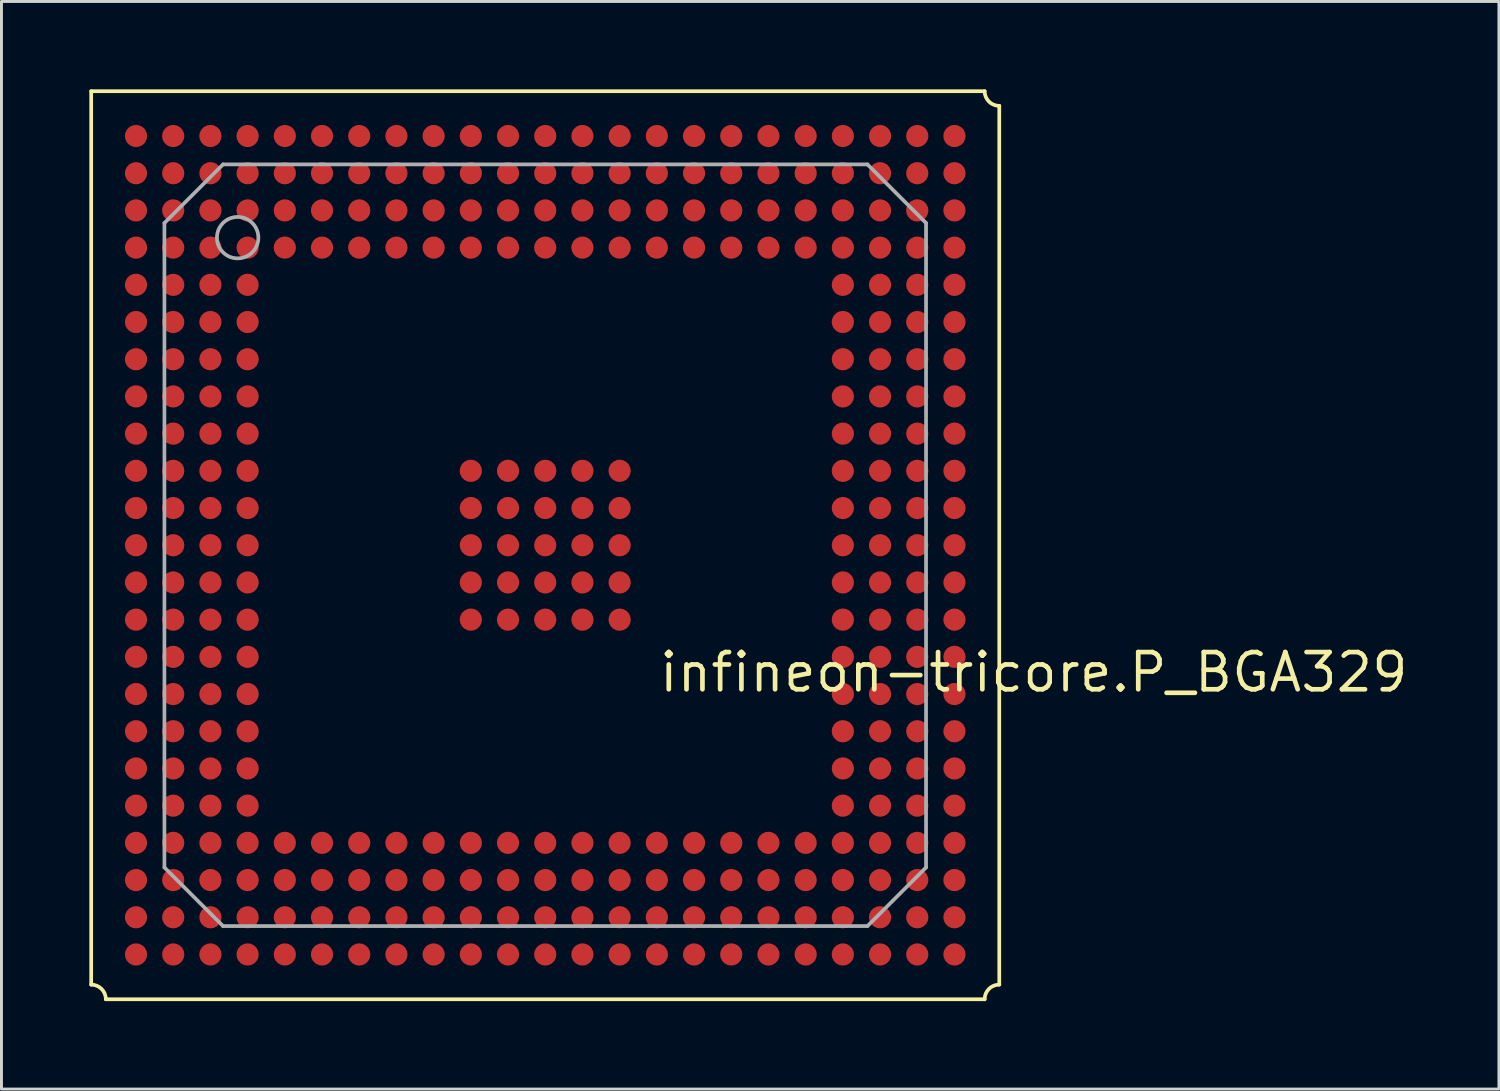
<source format=kicad_pcb>
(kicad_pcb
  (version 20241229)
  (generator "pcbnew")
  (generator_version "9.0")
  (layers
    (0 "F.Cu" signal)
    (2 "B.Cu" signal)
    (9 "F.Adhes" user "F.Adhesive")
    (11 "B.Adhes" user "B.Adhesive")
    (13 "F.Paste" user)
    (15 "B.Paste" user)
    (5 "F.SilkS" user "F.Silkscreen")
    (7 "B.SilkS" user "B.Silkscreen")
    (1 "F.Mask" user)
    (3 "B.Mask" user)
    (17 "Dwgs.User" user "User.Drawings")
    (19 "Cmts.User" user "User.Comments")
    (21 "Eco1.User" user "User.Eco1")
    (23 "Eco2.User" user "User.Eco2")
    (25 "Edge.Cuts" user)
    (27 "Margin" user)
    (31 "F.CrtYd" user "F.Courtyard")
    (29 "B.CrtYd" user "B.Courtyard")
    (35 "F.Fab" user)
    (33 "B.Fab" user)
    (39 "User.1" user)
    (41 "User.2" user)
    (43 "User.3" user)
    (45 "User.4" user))
  (footprint "infineon-tricore.P_BGA329"
    (layer "F.Cu")
    (at 15.563 15.563)
    (property "Reference" "infineon-tricore.P_BGA329" (at 3.81 5.08 180) (layer "F.SilkS") (effects (font (size 1.27 1.27) (thickness 0.16)) (justify left bottom)))
    (attr smd)
    (fp_line (start -15.5 -15.5) (end -15.5 15) (stroke (width 0.127) (type default)) (layer "F.SilkS"))
    (fp_line (start -15 15.5) (end 15 15.5) (stroke (width 0.127) (type default)) (layer "F.SilkS"))
    (fp_line (start 15 -15.5) (end -15.5 -15.5) (stroke (width 0.127) (type default)) (layer "F.SilkS"))
    (fp_line (start 15.5 15) (end 15.5 -15) (stroke (width 0.127) (type default)) (layer "F.SilkS"))
    (fp_arc (start -15.5 15) (mid -15.146447 15.146447) (end -15 15.5) (stroke (width 0.127) (type default)) (layer "F.SilkS"))
    (fp_arc (start 15 15.5) (mid 15.146447 15.146447) (end 15.5 15) (stroke (width 0.127) (type default)) (layer "F.SilkS"))
    (fp_arc (start 15.5 -15) (mid 15.146447 -15.146447) (end 15 -15.5) (stroke (width 0.127) (type default)) (layer "F.SilkS"))
    (fp_line (start -13 -11) (end -11 -13) (stroke (width 0.127) (type default)) (layer "F.Fab"))
    (fp_line (start -13 11) (end -13 -11) (stroke (width 0.127) (type default)) (layer "F.Fab"))
    (fp_line (start -11 -13) (end 11 -13) (stroke (width 0.127) (type default)) (layer "F.Fab"))
    (fp_line (start -11 13) (end -13 11) (stroke (width 0.127) (type default)) (layer "F.Fab"))
    (fp_line (start 11 -13) (end 13 -11) (stroke (width 0.127) (type default)) (layer "F.Fab"))
    (fp_line (start 11 13) (end -11 13) (stroke (width 0.127) (type default)) (layer "F.Fab"))
    (fp_line (start 13 -11) (end 13 11) (stroke (width 0.127) (type default)) (layer "F.Fab"))
    (fp_line (start 13 11) (end 11 13) (stroke (width 0.127) (type default)) (layer "F.Fab"))
    (fp_circle (center -10.5 -10.5) (end -9.793 -10.5) (stroke (width 0.127) (type default)) (fill no) (layer "F.Fab"))
    (pad "A1" smd roundrect (at -13.97 -13.97 180) (size 0.76 0.76) (layers "F.Cu" "F.Mask" "F.Paste") (roundrect_rratio 0.5))
    (pad "A2" smd roundrect (at -12.7 -13.97 180) (size 0.76 0.76) (layers "F.Cu" "F.Mask" "F.Paste") (roundrect_rratio 0.5))
    (pad "A3" smd roundrect (at -11.43 -13.97 180) (size 0.76 0.76) (layers "F.Cu" "F.Mask" "F.Paste") (roundrect_rratio 0.5))
    (pad "A4" smd roundrect (at -10.16 -13.97 180) (size 0.76 0.76) (layers "F.Cu" "F.Mask" "F.Paste") (roundrect_rratio 0.5))
    (pad "A5" smd roundrect (at -8.89 -13.97 180) (size 0.76 0.76) (layers "F.Cu" "F.Mask" "F.Paste") (roundrect_rratio 0.5))
    (pad "A6" smd roundrect (at -7.62 -13.97 180) (size 0.76 0.76) (layers "F.Cu" "F.Mask" "F.Paste") (roundrect_rratio 0.5))
    (pad "A7" smd roundrect (at -6.35 -13.97 180) (size 0.76 0.76) (layers "F.Cu" "F.Mask" "F.Paste") (roundrect_rratio 0.5))
    (pad "A8" smd roundrect (at -5.08 -13.97 180) (size 0.76 0.76) (layers "F.Cu" "F.Mask" "F.Paste") (roundrect_rratio 0.5))
    (pad "A9" smd roundrect (at -3.81 -13.97 180) (size 0.76 0.76) (layers "F.Cu" "F.Mask" "F.Paste") (roundrect_rratio 0.5))
    (pad "A10" smd roundrect (at -2.54 -13.97 180) (size 0.76 0.76) (layers "F.Cu" "F.Mask" "F.Paste") (roundrect_rratio 0.5))
    (pad "A11" smd roundrect (at -1.27 -13.97 180) (size 0.76 0.76) (layers "F.Cu" "F.Mask" "F.Paste") (roundrect_rratio 0.5))
    (pad "A12" smd roundrect (at 0 -13.97 180) (size 0.76 0.76) (layers "F.Cu" "F.Mask" "F.Paste") (roundrect_rratio 0.5))
    (pad "A13" smd roundrect (at 1.27 -13.97 180) (size 0.76 0.76) (layers "F.Cu" "F.Mask" "F.Paste") (roundrect_rratio 0.5))
    (pad "A14" smd roundrect (at 2.54 -13.97 180) (size 0.76 0.76) (layers "F.Cu" "F.Mask" "F.Paste") (roundrect_rratio 0.5))
    (pad "A15" smd roundrect (at 3.81 -13.97 180) (size 0.76 0.76) (layers "F.Cu" "F.Mask" "F.Paste") (roundrect_rratio 0.5))
    (pad "A16" smd roundrect (at 5.08 -13.97 180) (size 0.76 0.76) (layers "F.Cu" "F.Mask" "F.Paste") (roundrect_rratio 0.5))
    (pad "A17" smd roundrect (at 6.35 -13.97 180) (size 0.76 0.76) (layers "F.Cu" "F.Mask" "F.Paste") (roundrect_rratio 0.5))
    (pad "A18" smd roundrect (at 7.62 -13.97 180) (size 0.76 0.76) (layers "F.Cu" "F.Mask" "F.Paste") (roundrect_rratio 0.5))
    (pad "A19" smd roundrect (at 8.89 -13.97 180) (size 0.76 0.76) (layers "F.Cu" "F.Mask" "F.Paste") (roundrect_rratio 0.5))
    (pad "A20" smd roundrect (at 10.16 -13.97 180) (size 0.76 0.76) (layers "F.Cu" "F.Mask" "F.Paste") (roundrect_rratio 0.5))
    (pad "A21" smd roundrect (at 11.43 -13.97 180) (size 0.76 0.76) (layers "F.Cu" "F.Mask" "F.Paste") (roundrect_rratio 0.5))
    (pad "A22" smd roundrect (at 12.7 -13.97 180) (size 0.76 0.76) (layers "F.Cu" "F.Mask" "F.Paste") (roundrect_rratio 0.5))
    (pad "A23" smd roundrect (at 13.97 -13.97 180) (size 0.76 0.76) (layers "F.Cu" "F.Mask" "F.Paste") (roundrect_rratio 0.5))
    (pad "AA1" smd roundrect (at -13.97 11.43 180) (size 0.76 0.76) (layers "F.Cu" "F.Mask" "F.Paste") (roundrect_rratio 0.5))
    (pad "AA2" smd roundrect (at -12.7 11.43 180) (size 0.76 0.76) (layers "F.Cu" "F.Mask" "F.Paste") (roundrect_rratio 0.5))
    (pad "AA3" smd roundrect (at -11.43 11.43 180) (size 0.76 0.76) (layers "F.Cu" "F.Mask" "F.Paste") (roundrect_rratio 0.5))
    (pad "AA4" smd roundrect (at -10.16 11.43 180) (size 0.76 0.76) (layers "F.Cu" "F.Mask" "F.Paste") (roundrect_rratio 0.5))
    (pad "AA5" smd roundrect (at -8.89 11.43 180) (size 0.76 0.76) (layers "F.Cu" "F.Mask" "F.Paste") (roundrect_rratio 0.5))
    (pad "AA6" smd roundrect (at -7.62 11.43 180) (size 0.76 0.76) (layers "F.Cu" "F.Mask" "F.Paste") (roundrect_rratio 0.5))
    (pad "AA7" smd roundrect (at -6.35 11.43 180) (size 0.76 0.76) (layers "F.Cu" "F.Mask" "F.Paste") (roundrect_rratio 0.5))
    (pad "AA8" smd roundrect (at -5.08 11.43 180) (size 0.76 0.76) (layers "F.Cu" "F.Mask" "F.Paste") (roundrect_rratio 0.5))
    (pad "AA9" smd roundrect (at -3.81 11.43 180) (size 0.76 0.76) (layers "F.Cu" "F.Mask" "F.Paste") (roundrect_rratio 0.5))
    (pad "AA10" smd roundrect (at -2.54 11.43 180) (size 0.76 0.76) (layers "F.Cu" "F.Mask" "F.Paste") (roundrect_rratio 0.5))
    (pad "AA11" smd roundrect (at -1.27 11.43 180) (size 0.76 0.76) (layers "F.Cu" "F.Mask" "F.Paste") (roundrect_rratio 0.5))
    (pad "AA12" smd roundrect (at 0 11.43 180) (size 0.76 0.76) (layers "F.Cu" "F.Mask" "F.Paste") (roundrect_rratio 0.5))
    (pad "AA13" smd roundrect (at 1.27 11.43 180) (size 0.76 0.76) (layers "F.Cu" "F.Mask" "F.Paste") (roundrect_rratio 0.5))
    (pad "AA14" smd roundrect (at 2.54 11.43 180) (size 0.76 0.76) (layers "F.Cu" "F.Mask" "F.Paste") (roundrect_rratio 0.5))
    (pad "AA15" smd roundrect (at 3.81 11.43 180) (size 0.76 0.76) (layers "F.Cu" "F.Mask" "F.Paste") (roundrect_rratio 0.5))
    (pad "AA16" smd roundrect (at 5.08 11.43 180) (size 0.76 0.76) (layers "F.Cu" "F.Mask" "F.Paste") (roundrect_rratio 0.5))
    (pad "AA17" smd roundrect (at 6.35 11.43 180) (size 0.76 0.76) (layers "F.Cu" "F.Mask" "F.Paste") (roundrect_rratio 0.5))
    (pad "AA18" smd roundrect (at 7.62 11.43 180) (size 0.76 0.76) (layers "F.Cu" "F.Mask" "F.Paste") (roundrect_rratio 0.5))
    (pad "AA19" smd roundrect (at 8.89 11.43 180) (size 0.76 0.76) (layers "F.Cu" "F.Mask" "F.Paste") (roundrect_rratio 0.5))
    (pad "AA20" smd roundrect (at 10.16 11.43 180) (size 0.76 0.76) (layers "F.Cu" "F.Mask" "F.Paste") (roundrect_rratio 0.5))
    (pad "AA21" smd roundrect (at 11.43 11.43 180) (size 0.76 0.76) (layers "F.Cu" "F.Mask" "F.Paste") (roundrect_rratio 0.5))
    (pad "AA22" smd roundrect (at 12.7 11.43 180) (size 0.76 0.76) (layers "F.Cu" "F.Mask" "F.Paste") (roundrect_rratio 0.5))
    (pad "AA23" smd roundrect (at 13.97 11.43 180) (size 0.76 0.76) (layers "F.Cu" "F.Mask" "F.Paste") (roundrect_rratio 0.5))
    (pad "AB1" smd roundrect (at -13.97 12.7 180) (size 0.76 0.76) (layers "F.Cu" "F.Mask" "F.Paste") (roundrect_rratio 0.5))
    (pad "AB2" smd roundrect (at -12.7 12.7 180) (size 0.76 0.76) (layers "F.Cu" "F.Mask" "F.Paste") (roundrect_rratio 0.5))
    (pad "AB3" smd roundrect (at -11.43 12.7 180) (size 0.76 0.76) (layers "F.Cu" "F.Mask" "F.Paste") (roundrect_rratio 0.5))
    (pad "AB4" smd roundrect (at -10.16 12.7 180) (size 0.76 0.76) (layers "F.Cu" "F.Mask" "F.Paste") (roundrect_rratio 0.5))
    (pad "AB5" smd roundrect (at -8.89 12.7 180) (size 0.76 0.76) (layers "F.Cu" "F.Mask" "F.Paste") (roundrect_rratio 0.5))
    (pad "AB6" smd roundrect (at -7.62 12.7 180) (size 0.76 0.76) (layers "F.Cu" "F.Mask" "F.Paste") (roundrect_rratio 0.5))
    (pad "AB7" smd roundrect (at -6.35 12.7 180) (size 0.76 0.76) (layers "F.Cu" "F.Mask" "F.Paste") (roundrect_rratio 0.5))
    (pad "AB8" smd roundrect (at -5.08 12.7 180) (size 0.76 0.76) (layers "F.Cu" "F.Mask" "F.Paste") (roundrect_rratio 0.5))
    (pad "AB9" smd roundrect (at -3.81 12.7 180) (size 0.76 0.76) (layers "F.Cu" "F.Mask" "F.Paste") (roundrect_rratio 0.5))
    (pad "AB10" smd roundrect (at -2.54 12.7 180) (size 0.76 0.76) (layers "F.Cu" "F.Mask" "F.Paste") (roundrect_rratio 0.5))
    (pad "AB11" smd roundrect (at -1.27 12.7 180) (size 0.76 0.76) (layers "F.Cu" "F.Mask" "F.Paste") (roundrect_rratio 0.5))
    (pad "AB12" smd roundrect (at 0 12.7 180) (size 0.76 0.76) (layers "F.Cu" "F.Mask" "F.Paste") (roundrect_rratio 0.5))
    (pad "AB13" smd roundrect (at 1.27 12.7 180) (size 0.76 0.76) (layers "F.Cu" "F.Mask" "F.Paste") (roundrect_rratio 0.5))
    (pad "AB14" smd roundrect (at 2.54 12.7 180) (size 0.76 0.76) (layers "F.Cu" "F.Mask" "F.Paste") (roundrect_rratio 0.5))
    (pad "AB15" smd roundrect (at 3.81 12.7 180) (size 0.76 0.76) (layers "F.Cu" "F.Mask" "F.Paste") (roundrect_rratio 0.5))
    (pad "AB16" smd roundrect (at 5.08 12.7 180) (size 0.76 0.76) (layers "F.Cu" "F.Mask" "F.Paste") (roundrect_rratio 0.5))
    (pad "AB17" smd roundrect (at 6.35 12.7 180) (size 0.76 0.76) (layers "F.Cu" "F.Mask" "F.Paste") (roundrect_rratio 0.5))
    (pad "AB18" smd roundrect (at 7.62 12.7 180) (size 0.76 0.76) (layers "F.Cu" "F.Mask" "F.Paste") (roundrect_rratio 0.5))
    (pad "AB19" smd roundrect (at 8.89 12.7 180) (size 0.76 0.76) (layers "F.Cu" "F.Mask" "F.Paste") (roundrect_rratio 0.5))
    (pad "AB20" smd roundrect (at 10.16 12.7 180) (size 0.76 0.76) (layers "F.Cu" "F.Mask" "F.Paste") (roundrect_rratio 0.5))
    (pad "AB21" smd roundrect (at 11.43 12.7 180) (size 0.76 0.76) (layers "F.Cu" "F.Mask" "F.Paste") (roundrect_rratio 0.5))
    (pad "AB22" smd roundrect (at 12.7 12.7 180) (size 0.76 0.76) (layers "F.Cu" "F.Mask" "F.Paste") (roundrect_rratio 0.5))
    (pad "AB23" smd roundrect (at 13.97 12.7 180) (size 0.76 0.76) (layers "F.Cu" "F.Mask" "F.Paste") (roundrect_rratio 0.5))
    (pad "AC1" smd roundrect (at -13.97 13.97 180) (size 0.76 0.76) (layers "F.Cu" "F.Mask" "F.Paste") (roundrect_rratio 0.5))
    (pad "AC2" smd roundrect (at -12.7 13.97 180) (size 0.76 0.76) (layers "F.Cu" "F.Mask" "F.Paste") (roundrect_rratio 0.5))
    (pad "AC3" smd roundrect (at -11.43 13.97 180) (size 0.76 0.76) (layers "F.Cu" "F.Mask" "F.Paste") (roundrect_rratio 0.5))
    (pad "AC4" smd roundrect (at -10.16 13.97 180) (size 0.76 0.76) (layers "F.Cu" "F.Mask" "F.Paste") (roundrect_rratio 0.5))
    (pad "AC5" smd roundrect (at -8.89 13.97 180) (size 0.76 0.76) (layers "F.Cu" "F.Mask" "F.Paste") (roundrect_rratio 0.5))
    (pad "AC6" smd roundrect (at -7.62 13.97 180) (size 0.76 0.76) (layers "F.Cu" "F.Mask" "F.Paste") (roundrect_rratio 0.5))
    (pad "AC7" smd roundrect (at -6.35 13.97 180) (size 0.76 0.76) (layers "F.Cu" "F.Mask" "F.Paste") (roundrect_rratio 0.5))
    (pad "AC8" smd roundrect (at -5.08 13.97 180) (size 0.76 0.76) (layers "F.Cu" "F.Mask" "F.Paste") (roundrect_rratio 0.5))
    (pad "AC9" smd roundrect (at -3.81 13.97 180) (size 0.76 0.76) (layers "F.Cu" "F.Mask" "F.Paste") (roundrect_rratio 0.5))
    (pad "AC10" smd roundrect (at -2.54 13.97 180) (size 0.76 0.76) (layers "F.Cu" "F.Mask" "F.Paste") (roundrect_rratio 0.5))
    (pad "AC11" smd roundrect (at -1.27 13.97 180) (size 0.76 0.76) (layers "F.Cu" "F.Mask" "F.Paste") (roundrect_rratio 0.5))
    (pad "AC12" smd roundrect (at 0 13.97 180) (size 0.76 0.76) (layers "F.Cu" "F.Mask" "F.Paste") (roundrect_rratio 0.5))
    (pad "AC13" smd roundrect (at 1.27 13.97 180) (size 0.76 0.76) (layers "F.Cu" "F.Mask" "F.Paste") (roundrect_rratio 0.5))
    (pad "AC14" smd roundrect (at 2.54 13.97 180) (size 0.76 0.76) (layers "F.Cu" "F.Mask" "F.Paste") (roundrect_rratio 0.5))
    (pad "AC15" smd roundrect (at 3.81 13.97 180) (size 0.76 0.76) (layers "F.Cu" "F.Mask" "F.Paste") (roundrect_rratio 0.5))
    (pad "AC16" smd roundrect (at 5.08 13.97 180) (size 0.76 0.76) (layers "F.Cu" "F.Mask" "F.Paste") (roundrect_rratio 0.5))
    (pad "AC17" smd roundrect (at 6.35 13.97 180) (size 0.76 0.76) (layers "F.Cu" "F.Mask" "F.Paste") (roundrect_rratio 0.5))
    (pad "AC18" smd roundrect (at 7.62 13.97 180) (size 0.76 0.76) (layers "F.Cu" "F.Mask" "F.Paste") (roundrect_rratio 0.5))
    (pad "AC19" smd roundrect (at 8.89 13.97 180) (size 0.76 0.76) (layers "F.Cu" "F.Mask" "F.Paste") (roundrect_rratio 0.5))
    (pad "AC20" smd roundrect (at 10.16 13.97 180) (size 0.76 0.76) (layers "F.Cu" "F.Mask" "F.Paste") (roundrect_rratio 0.5))
    (pad "AC21" smd roundrect (at 11.43 13.97 180) (size 0.76 0.76) (layers "F.Cu" "F.Mask" "F.Paste") (roundrect_rratio 0.5))
    (pad "AC22" smd roundrect (at 12.7 13.97 180) (size 0.76 0.76) (layers "F.Cu" "F.Mask" "F.Paste") (roundrect_rratio 0.5))
    (pad "AC23" smd roundrect (at 13.97 13.97 180) (size 0.76 0.76) (layers "F.Cu" "F.Mask" "F.Paste") (roundrect_rratio 0.5))
    (pad "B1" smd roundrect (at -13.97 -12.7 180) (size 0.76 0.76) (layers "F.Cu" "F.Mask" "F.Paste") (roundrect_rratio 0.5))
    (pad "B2" smd roundrect (at -12.7 -12.7 180) (size 0.76 0.76) (layers "F.Cu" "F.Mask" "F.Paste") (roundrect_rratio 0.5))
    (pad "B3" smd roundrect (at -11.43 -12.7 180) (size 0.76 0.76) (layers "F.Cu" "F.Mask" "F.Paste") (roundrect_rratio 0.5))
    (pad "B4" smd roundrect (at -10.16 -12.7 180) (size 0.76 0.76) (layers "F.Cu" "F.Mask" "F.Paste") (roundrect_rratio 0.5))
    (pad "B5" smd roundrect (at -8.89 -12.7 180) (size 0.76 0.76) (layers "F.Cu" "F.Mask" "F.Paste") (roundrect_rratio 0.5))
    (pad "B6" smd roundrect (at -7.62 -12.7 180) (size 0.76 0.76) (layers "F.Cu" "F.Mask" "F.Paste") (roundrect_rratio 0.5))
    (pad "B7" smd roundrect (at -6.35 -12.7 180) (size 0.76 0.76) (layers "F.Cu" "F.Mask" "F.Paste") (roundrect_rratio 0.5))
    (pad "B8" smd roundrect (at -5.08 -12.7 180) (size 0.76 0.76) (layers "F.Cu" "F.Mask" "F.Paste") (roundrect_rratio 0.5))
    (pad "B9" smd roundrect (at -3.81 -12.7 180) (size 0.76 0.76) (layers "F.Cu" "F.Mask" "F.Paste") (roundrect_rratio 0.5))
    (pad "B10" smd roundrect (at -2.54 -12.7 180) (size 0.76 0.76) (layers "F.Cu" "F.Mask" "F.Paste") (roundrect_rratio 0.5))
    (pad "B11" smd roundrect (at -1.27 -12.7 180) (size 0.76 0.76) (layers "F.Cu" "F.Mask" "F.Paste") (roundrect_rratio 0.5))
    (pad "B12" smd roundrect (at 0 -12.7 180) (size 0.76 0.76) (layers "F.Cu" "F.Mask" "F.Paste") (roundrect_rratio 0.5))
    (pad "B13" smd roundrect (at 1.27 -12.7 180) (size 0.76 0.76) (layers "F.Cu" "F.Mask" "F.Paste") (roundrect_rratio 0.5))
    (pad "B14" smd roundrect (at 2.54 -12.7 180) (size 0.76 0.76) (layers "F.Cu" "F.Mask" "F.Paste") (roundrect_rratio 0.5))
    (pad "B15" smd roundrect (at 3.81 -12.7 180) (size 0.76 0.76) (layers "F.Cu" "F.Mask" "F.Paste") (roundrect_rratio 0.5))
    (pad "B16" smd roundrect (at 5.08 -12.7 180) (size 0.76 0.76) (layers "F.Cu" "F.Mask" "F.Paste") (roundrect_rratio 0.5))
    (pad "B17" smd roundrect (at 6.35 -12.7 180) (size 0.76 0.76) (layers "F.Cu" "F.Mask" "F.Paste") (roundrect_rratio 0.5))
    (pad "B18" smd roundrect (at 7.62 -12.7 180) (size 0.76 0.76) (layers "F.Cu" "F.Mask" "F.Paste") (roundrect_rratio 0.5))
    (pad "B19" smd roundrect (at 8.89 -12.7 180) (size 0.76 0.76) (layers "F.Cu" "F.Mask" "F.Paste") (roundrect_rratio 0.5))
    (pad "B20" smd roundrect (at 10.16 -12.7 180) (size 0.76 0.76) (layers "F.Cu" "F.Mask" "F.Paste") (roundrect_rratio 0.5))
    (pad "B21" smd roundrect (at 11.43 -12.7 180) (size 0.76 0.76) (layers "F.Cu" "F.Mask" "F.Paste") (roundrect_rratio 0.5))
    (pad "B22" smd roundrect (at 12.7 -12.7 180) (size 0.76 0.76) (layers "F.Cu" "F.Mask" "F.Paste") (roundrect_rratio 0.5))
    (pad "B23" smd roundrect (at 13.97 -12.7 180) (size 0.76 0.76) (layers "F.Cu" "F.Mask" "F.Paste") (roundrect_rratio 0.5))
    (pad "C1" smd roundrect (at -13.97 -11.43 180) (size 0.76 0.76) (layers "F.Cu" "F.Mask" "F.Paste") (roundrect_rratio 0.5))
    (pad "C2" smd roundrect (at -12.7 -11.43 180) (size 0.76 0.76) (layers "F.Cu" "F.Mask" "F.Paste") (roundrect_rratio 0.5))
    (pad "C3" smd roundrect (at -11.43 -11.43 180) (size 0.76 0.76) (layers "F.Cu" "F.Mask" "F.Paste") (roundrect_rratio 0.5))
    (pad "C4" smd roundrect (at -10.16 -11.43 180) (size 0.76 0.76) (layers "F.Cu" "F.Mask" "F.Paste") (roundrect_rratio 0.5))
    (pad "C5" smd roundrect (at -8.89 -11.43 180) (size 0.76 0.76) (layers "F.Cu" "F.Mask" "F.Paste") (roundrect_rratio 0.5))
    (pad "C6" smd roundrect (at -7.62 -11.43 180) (size 0.76 0.76) (layers "F.Cu" "F.Mask" "F.Paste") (roundrect_rratio 0.5))
    (pad "C7" smd roundrect (at -6.35 -11.43 180) (size 0.76 0.76) (layers "F.Cu" "F.Mask" "F.Paste") (roundrect_rratio 0.5))
    (pad "C8" smd roundrect (at -5.08 -11.43 180) (size 0.76 0.76) (layers "F.Cu" "F.Mask" "F.Paste") (roundrect_rratio 0.5))
    (pad "C9" smd roundrect (at -3.81 -11.43 180) (size 0.76 0.76) (layers "F.Cu" "F.Mask" "F.Paste") (roundrect_rratio 0.5))
    (pad "C10" smd roundrect (at -2.54 -11.43 180) (size 0.76 0.76) (layers "F.Cu" "F.Mask" "F.Paste") (roundrect_rratio 0.5))
    (pad "C11" smd roundrect (at -1.27 -11.43 180) (size 0.76 0.76) (layers "F.Cu" "F.Mask" "F.Paste") (roundrect_rratio 0.5))
    (pad "C12" smd roundrect (at 0 -11.43 180) (size 0.76 0.76) (layers "F.Cu" "F.Mask" "F.Paste") (roundrect_rratio 0.5))
    (pad "C13" smd roundrect (at 1.27 -11.43 180) (size 0.76 0.76) (layers "F.Cu" "F.Mask" "F.Paste") (roundrect_rratio 0.5))
    (pad "C14" smd roundrect (at 2.54 -11.43 180) (size 0.76 0.76) (layers "F.Cu" "F.Mask" "F.Paste") (roundrect_rratio 0.5))
    (pad "C15" smd roundrect (at 3.81 -11.43 180) (size 0.76 0.76) (layers "F.Cu" "F.Mask" "F.Paste") (roundrect_rratio 0.5))
    (pad "C16" smd roundrect (at 5.08 -11.43 180) (size 0.76 0.76) (layers "F.Cu" "F.Mask" "F.Paste") (roundrect_rratio 0.5))
    (pad "C17" smd roundrect (at 6.35 -11.43 180) (size 0.76 0.76) (layers "F.Cu" "F.Mask" "F.Paste") (roundrect_rratio 0.5))
    (pad "C18" smd roundrect (at 7.62 -11.43 180) (size 0.76 0.76) (layers "F.Cu" "F.Mask" "F.Paste") (roundrect_rratio 0.5))
    (pad "C19" smd roundrect (at 8.89 -11.43 180) (size 0.76 0.76) (layers "F.Cu" "F.Mask" "F.Paste") (roundrect_rratio 0.5))
    (pad "C20" smd roundrect (at 10.16 -11.43 180) (size 0.76 0.76) (layers "F.Cu" "F.Mask" "F.Paste") (roundrect_rratio 0.5))
    (pad "C21" smd roundrect (at 11.43 -11.43 180) (size 0.76 0.76) (layers "F.Cu" "F.Mask" "F.Paste") (roundrect_rratio 0.5))
    (pad "C22" smd roundrect (at 12.7 -11.43 180) (size 0.76 0.76) (layers "F.Cu" "F.Mask" "F.Paste") (roundrect_rratio 0.5))
    (pad "C23" smd roundrect (at 13.97 -11.43 180) (size 0.76 0.76) (layers "F.Cu" "F.Mask" "F.Paste") (roundrect_rratio 0.5))
    (pad "D1" smd roundrect (at -13.97 -10.16 180) (size 0.76 0.76) (layers "F.Cu" "F.Mask" "F.Paste") (roundrect_rratio 0.5))
    (pad "D2" smd roundrect (at -12.7 -10.16 180) (size 0.76 0.76) (layers "F.Cu" "F.Mask" "F.Paste") (roundrect_rratio 0.5))
    (pad "D3" smd roundrect (at -11.43 -10.16 180) (size 0.76 0.76) (layers "F.Cu" "F.Mask" "F.Paste") (roundrect_rratio 0.5))
    (pad "D4" smd roundrect (at -10.16 -10.16 180) (size 0.76 0.76) (layers "F.Cu" "F.Mask" "F.Paste") (roundrect_rratio 0.5))
    (pad "D5" smd roundrect (at -8.89 -10.16 180) (size 0.76 0.76) (layers "F.Cu" "F.Mask" "F.Paste") (roundrect_rratio 0.5))
    (pad "D6" smd roundrect (at -7.62 -10.16 180) (size 0.76 0.76) (layers "F.Cu" "F.Mask" "F.Paste") (roundrect_rratio 0.5))
    (pad "D7" smd roundrect (at -6.35 -10.16 180) (size 0.76 0.76) (layers "F.Cu" "F.Mask" "F.Paste") (roundrect_rratio 0.5))
    (pad "D8" smd roundrect (at -5.08 -10.16 180) (size 0.76 0.76) (layers "F.Cu" "F.Mask" "F.Paste") (roundrect_rratio 0.5))
    (pad "D9" smd roundrect (at -3.81 -10.16 180) (size 0.76 0.76) (layers "F.Cu" "F.Mask" "F.Paste") (roundrect_rratio 0.5))
    (pad "D10" smd roundrect (at -2.54 -10.16 180) (size 0.76 0.76) (layers "F.Cu" "F.Mask" "F.Paste") (roundrect_rratio 0.5))
    (pad "D11" smd roundrect (at -1.27 -10.16 180) (size 0.76 0.76) (layers "F.Cu" "F.Mask" "F.Paste") (roundrect_rratio 0.5))
    (pad "D12" smd roundrect (at 0 -10.16 180) (size 0.76 0.76) (layers "F.Cu" "F.Mask" "F.Paste") (roundrect_rratio 0.5))
    (pad "D13" smd roundrect (at 1.27 -10.16 180) (size 0.76 0.76) (layers "F.Cu" "F.Mask" "F.Paste") (roundrect_rratio 0.5))
    (pad "D14" smd roundrect (at 2.54 -10.16 180) (size 0.76 0.76) (layers "F.Cu" "F.Mask" "F.Paste") (roundrect_rratio 0.5))
    (pad "D15" smd roundrect (at 3.81 -10.16 180) (size 0.76 0.76) (layers "F.Cu" "F.Mask" "F.Paste") (roundrect_rratio 0.5))
    (pad "D16" smd roundrect (at 5.08 -10.16 180) (size 0.76 0.76) (layers "F.Cu" "F.Mask" "F.Paste") (roundrect_rratio 0.5))
    (pad "D17" smd roundrect (at 6.35 -10.16 180) (size 0.76 0.76) (layers "F.Cu" "F.Mask" "F.Paste") (roundrect_rratio 0.5))
    (pad "D18" smd roundrect (at 7.62 -10.16 180) (size 0.76 0.76) (layers "F.Cu" "F.Mask" "F.Paste") (roundrect_rratio 0.5))
    (pad "D19" smd roundrect (at 8.89 -10.16 180) (size 0.76 0.76) (layers "F.Cu" "F.Mask" "F.Paste") (roundrect_rratio 0.5))
    (pad "D20" smd roundrect (at 10.16 -10.16 180) (size 0.76 0.76) (layers "F.Cu" "F.Mask" "F.Paste") (roundrect_rratio 0.5))
    (pad "D21" smd roundrect (at 11.43 -10.16 180) (size 0.76 0.76) (layers "F.Cu" "F.Mask" "F.Paste") (roundrect_rratio 0.5))
    (pad "D22" smd roundrect (at 12.7 -10.16 180) (size 0.76 0.76) (layers "F.Cu" "F.Mask" "F.Paste") (roundrect_rratio 0.5))
    (pad "D23" smd roundrect (at 13.97 -10.16 180) (size 0.76 0.76) (layers "F.Cu" "F.Mask" "F.Paste") (roundrect_rratio 0.5))
    (pad "E1" smd roundrect (at -13.97 -8.89 180) (size 0.76 0.76) (layers "F.Cu" "F.Mask" "F.Paste") (roundrect_rratio 0.5))
    (pad "E2" smd roundrect (at -12.7 -8.89 180) (size 0.76 0.76) (layers "F.Cu" "F.Mask" "F.Paste") (roundrect_rratio 0.5))
    (pad "E3" smd roundrect (at -11.43 -8.89 180) (size 0.76 0.76) (layers "F.Cu" "F.Mask" "F.Paste") (roundrect_rratio 0.5))
    (pad "E4" smd roundrect (at -10.16 -8.89 180) (size 0.76 0.76) (layers "F.Cu" "F.Mask" "F.Paste") (roundrect_rratio 0.5))
    (pad "E20" smd roundrect (at 10.16 -8.89 180) (size 0.76 0.76) (layers "F.Cu" "F.Mask" "F.Paste") (roundrect_rratio 0.5))
    (pad "E21" smd roundrect (at 11.43 -8.89 180) (size 0.76 0.76) (layers "F.Cu" "F.Mask" "F.Paste") (roundrect_rratio 0.5))
    (pad "E22" smd roundrect (at 12.7 -8.89 180) (size 0.76 0.76) (layers "F.Cu" "F.Mask" "F.Paste") (roundrect_rratio 0.5))
    (pad "E23" smd roundrect (at 13.97 -8.89 180) (size 0.76 0.76) (layers "F.Cu" "F.Mask" "F.Paste") (roundrect_rratio 0.5))
    (pad "F1" smd roundrect (at -13.97 -7.62 180) (size 0.76 0.76) (layers "F.Cu" "F.Mask" "F.Paste") (roundrect_rratio 0.5))
    (pad "F2" smd roundrect (at -12.7 -7.62 180) (size 0.76 0.76) (layers "F.Cu" "F.Mask" "F.Paste") (roundrect_rratio 0.5))
    (pad "F3" smd roundrect (at -11.43 -7.62 180) (size 0.76 0.76) (layers "F.Cu" "F.Mask" "F.Paste") (roundrect_rratio 0.5))
    (pad "F4" smd roundrect (at -10.16 -7.62 180) (size 0.76 0.76) (layers "F.Cu" "F.Mask" "F.Paste") (roundrect_rratio 0.5))
    (pad "F20" smd roundrect (at 10.16 -7.62 180) (size 0.76 0.76) (layers "F.Cu" "F.Mask" "F.Paste") (roundrect_rratio 0.5))
    (pad "F21" smd roundrect (at 11.43 -7.62 180) (size 0.76 0.76) (layers "F.Cu" "F.Mask" "F.Paste") (roundrect_rratio 0.5))
    (pad "F22" smd roundrect (at 12.7 -7.62 180) (size 0.76 0.76) (layers "F.Cu" "F.Mask" "F.Paste") (roundrect_rratio 0.5))
    (pad "F23" smd roundrect (at 13.97 -7.62 180) (size 0.76 0.76) (layers "F.Cu" "F.Mask" "F.Paste") (roundrect_rratio 0.5))
    (pad "G1" smd roundrect (at -13.97 -6.35 180) (size 0.76 0.76) (layers "F.Cu" "F.Mask" "F.Paste") (roundrect_rratio 0.5))
    (pad "G2" smd roundrect (at -12.7 -6.35 180) (size 0.76 0.76) (layers "F.Cu" "F.Mask" "F.Paste") (roundrect_rratio 0.5))
    (pad "G3" smd roundrect (at -11.43 -6.35 180) (size 0.76 0.76) (layers "F.Cu" "F.Mask" "F.Paste") (roundrect_rratio 0.5))
    (pad "G4" smd roundrect (at -10.16 -6.35 180) (size 0.76 0.76) (layers "F.Cu" "F.Mask" "F.Paste") (roundrect_rratio 0.5))
    (pad "G20" smd roundrect (at 10.16 -6.35 180) (size 0.76 0.76) (layers "F.Cu" "F.Mask" "F.Paste") (roundrect_rratio 0.5))
    (pad "G21" smd roundrect (at 11.43 -6.35 180) (size 0.76 0.76) (layers "F.Cu" "F.Mask" "F.Paste") (roundrect_rratio 0.5))
    (pad "G22" smd roundrect (at 12.7 -6.35 180) (size 0.76 0.76) (layers "F.Cu" "F.Mask" "F.Paste") (roundrect_rratio 0.5))
    (pad "G23" smd roundrect (at 13.97 -6.35 180) (size 0.76 0.76) (layers "F.Cu" "F.Mask" "F.Paste") (roundrect_rratio 0.5))
    (pad "H1" smd roundrect (at -13.97 -5.08 180) (size 0.76 0.76) (layers "F.Cu" "F.Mask" "F.Paste") (roundrect_rratio 0.5))
    (pad "H2" smd roundrect (at -12.7 -5.08 180) (size 0.76 0.76) (layers "F.Cu" "F.Mask" "F.Paste") (roundrect_rratio 0.5))
    (pad "H3" smd roundrect (at -11.43 -5.08 180) (size 0.76 0.76) (layers "F.Cu" "F.Mask" "F.Paste") (roundrect_rratio 0.5))
    (pad "H4" smd roundrect (at -10.16 -5.08 180) (size 0.76 0.76) (layers "F.Cu" "F.Mask" "F.Paste") (roundrect_rratio 0.5))
    (pad "H20" smd roundrect (at 10.16 -5.08 180) (size 0.76 0.76) (layers "F.Cu" "F.Mask" "F.Paste") (roundrect_rratio 0.5))
    (pad "H21" smd roundrect (at 11.43 -5.08 180) (size 0.76 0.76) (layers "F.Cu" "F.Mask" "F.Paste") (roundrect_rratio 0.5))
    (pad "H22" smd roundrect (at 12.7 -5.08 180) (size 0.76 0.76) (layers "F.Cu" "F.Mask" "F.Paste") (roundrect_rratio 0.5))
    (pad "H23" smd roundrect (at 13.97 -5.08 180) (size 0.76 0.76) (layers "F.Cu" "F.Mask" "F.Paste") (roundrect_rratio 0.5))
    (pad "J1" smd roundrect (at -13.97 -3.81 180) (size 0.76 0.76) (layers "F.Cu" "F.Mask" "F.Paste") (roundrect_rratio 0.5))
    (pad "J2" smd roundrect (at -12.7 -3.81 180) (size 0.76 0.76) (layers "F.Cu" "F.Mask" "F.Paste") (roundrect_rratio 0.5))
    (pad "J3" smd roundrect (at -11.43 -3.81 180) (size 0.76 0.76) (layers "F.Cu" "F.Mask" "F.Paste") (roundrect_rratio 0.5))
    (pad "J4" smd roundrect (at -10.16 -3.81 180) (size 0.76 0.76) (layers "F.Cu" "F.Mask" "F.Paste") (roundrect_rratio 0.5))
    (pad "J20" smd roundrect (at 10.16 -3.81 180) (size 0.76 0.76) (layers "F.Cu" "F.Mask" "F.Paste") (roundrect_rratio 0.5))
    (pad "J21" smd roundrect (at 11.43 -3.81 180) (size 0.76 0.76) (layers "F.Cu" "F.Mask" "F.Paste") (roundrect_rratio 0.5))
    (pad "J22" smd roundrect (at 12.7 -3.81 180) (size 0.76 0.76) (layers "F.Cu" "F.Mask" "F.Paste") (roundrect_rratio 0.5))
    (pad "J23" smd roundrect (at 13.97 -3.81 180) (size 0.76 0.76) (layers "F.Cu" "F.Mask" "F.Paste") (roundrect_rratio 0.5))
    (pad "K1" smd roundrect (at -13.97 -2.54 180) (size 0.76 0.76) (layers "F.Cu" "F.Mask" "F.Paste") (roundrect_rratio 0.5))
    (pad "K2" smd roundrect (at -12.7 -2.54 180) (size 0.76 0.76) (layers "F.Cu" "F.Mask" "F.Paste") (roundrect_rratio 0.5))
    (pad "K3" smd roundrect (at -11.43 -2.54 180) (size 0.76 0.76) (layers "F.Cu" "F.Mask" "F.Paste") (roundrect_rratio 0.5))
    (pad "K4" smd roundrect (at -10.16 -2.54 180) (size 0.76 0.76) (layers "F.Cu" "F.Mask" "F.Paste") (roundrect_rratio 0.5))
    (pad "K10" smd roundrect (at -2.54 -2.54 180) (size 0.76 0.76) (layers "F.Cu" "F.Mask" "F.Paste") (roundrect_rratio 0.5))
    (pad "K11" smd roundrect (at -1.27 -2.54 180) (size 0.76 0.76) (layers "F.Cu" "F.Mask" "F.Paste") (roundrect_rratio 0.5))
    (pad "K12" smd roundrect (at 0 -2.54 180) (size 0.76 0.76) (layers "F.Cu" "F.Mask" "F.Paste") (roundrect_rratio 0.5))
    (pad "K13" smd roundrect (at 1.27 -2.54 180) (size 0.76 0.76) (layers "F.Cu" "F.Mask" "F.Paste") (roundrect_rratio 0.5))
    (pad "K14" smd roundrect (at 2.54 -2.54 180) (size 0.76 0.76) (layers "F.Cu" "F.Mask" "F.Paste") (roundrect_rratio 0.5))
    (pad "K20" smd roundrect (at 10.16 -2.54 180) (size 0.76 0.76) (layers "F.Cu" "F.Mask" "F.Paste") (roundrect_rratio 0.5))
    (pad "K21" smd roundrect (at 11.43 -2.54 180) (size 0.76 0.76) (layers "F.Cu" "F.Mask" "F.Paste") (roundrect_rratio 0.5))
    (pad "K22" smd roundrect (at 12.7 -2.54 180) (size 0.76 0.76) (layers "F.Cu" "F.Mask" "F.Paste") (roundrect_rratio 0.5))
    (pad "K23" smd roundrect (at 13.97 -2.54 180) (size 0.76 0.76) (layers "F.Cu" "F.Mask" "F.Paste") (roundrect_rratio 0.5))
    (pad "L1" smd roundrect (at -13.97 -1.27 180) (size 0.76 0.76) (layers "F.Cu" "F.Mask" "F.Paste") (roundrect_rratio 0.5))
    (pad "L2" smd roundrect (at -12.7 -1.27 180) (size 0.76 0.76) (layers "F.Cu" "F.Mask" "F.Paste") (roundrect_rratio 0.5))
    (pad "L3" smd roundrect (at -11.43 -1.27 180) (size 0.76 0.76) (layers "F.Cu" "F.Mask" "F.Paste") (roundrect_rratio 0.5))
    (pad "L4" smd roundrect (at -10.16 -1.27 180) (size 0.76 0.76) (layers "F.Cu" "F.Mask" "F.Paste") (roundrect_rratio 0.5))
    (pad "L10" smd roundrect (at -2.54 -1.27 180) (size 0.76 0.76) (layers "F.Cu" "F.Mask" "F.Paste") (roundrect_rratio 0.5))
    (pad "L11" smd roundrect (at -1.27 -1.27 180) (size 0.76 0.76) (layers "F.Cu" "F.Mask" "F.Paste") (roundrect_rratio 0.5))
    (pad "L12" smd roundrect (at 0 -1.27 180) (size 0.76 0.76) (layers "F.Cu" "F.Mask" "F.Paste") (roundrect_rratio 0.5))
    (pad "L13" smd roundrect (at 1.27 -1.27 180) (size 0.76 0.76) (layers "F.Cu" "F.Mask" "F.Paste") (roundrect_rratio 0.5))
    (pad "L14" smd roundrect (at 2.54 -1.27 180) (size 0.76 0.76) (layers "F.Cu" "F.Mask" "F.Paste") (roundrect_rratio 0.5))
    (pad "L20" smd roundrect (at 10.16 -1.27 180) (size 0.76 0.76) (layers "F.Cu" "F.Mask" "F.Paste") (roundrect_rratio 0.5))
    (pad "L21" smd roundrect (at 11.43 -1.27 180) (size 0.76 0.76) (layers "F.Cu" "F.Mask" "F.Paste") (roundrect_rratio 0.5))
    (pad "L22" smd roundrect (at 12.7 -1.27 180) (size 0.76 0.76) (layers "F.Cu" "F.Mask" "F.Paste") (roundrect_rratio 0.5))
    (pad "L23" smd roundrect (at 13.97 -1.27 180) (size 0.76 0.76) (layers "F.Cu" "F.Mask" "F.Paste") (roundrect_rratio 0.5))
    (pad "M1" smd roundrect (at -13.97 0 180) (size 0.76 0.76) (layers "F.Cu" "F.Mask" "F.Paste") (roundrect_rratio 0.5))
    (pad "M2" smd roundrect (at -12.7 0 180) (size 0.76 0.76) (layers "F.Cu" "F.Mask" "F.Paste") (roundrect_rratio 0.5))
    (pad "M3" smd roundrect (at -11.43 0 180) (size 0.76 0.76) (layers "F.Cu" "F.Mask" "F.Paste") (roundrect_rratio 0.5))
    (pad "M4" smd roundrect (at -10.16 0 180) (size 0.76 0.76) (layers "F.Cu" "F.Mask" "F.Paste") (roundrect_rratio 0.5))
    (pad "M10" smd roundrect (at -2.54 0 180) (size 0.76 0.76) (layers "F.Cu" "F.Mask" "F.Paste") (roundrect_rratio 0.5))
    (pad "M11" smd roundrect (at -1.27 0 180) (size 0.76 0.76) (layers "F.Cu" "F.Mask" "F.Paste") (roundrect_rratio 0.5))
    (pad "M12" smd roundrect (at 0 0 180) (size 0.76 0.76) (layers "F.Cu" "F.Mask" "F.Paste") (roundrect_rratio 0.5))
    (pad "M13" smd roundrect (at 1.27 0 180) (size 0.76 0.76) (layers "F.Cu" "F.Mask" "F.Paste") (roundrect_rratio 0.5))
    (pad "M14" smd roundrect (at 2.54 0 180) (size 0.76 0.76) (layers "F.Cu" "F.Mask" "F.Paste") (roundrect_rratio 0.5))
    (pad "M20" smd roundrect (at 10.16 0 180) (size 0.76 0.76) (layers "F.Cu" "F.Mask" "F.Paste") (roundrect_rratio 0.5))
    (pad "M21" smd roundrect (at 11.43 0 180) (size 0.76 0.76) (layers "F.Cu" "F.Mask" "F.Paste") (roundrect_rratio 0.5))
    (pad "M22" smd roundrect (at 12.7 0 180) (size 0.76 0.76) (layers "F.Cu" "F.Mask" "F.Paste") (roundrect_rratio 0.5))
    (pad "M23" smd roundrect (at 13.97 0 180) (size 0.76 0.76) (layers "F.Cu" "F.Mask" "F.Paste") (roundrect_rratio 0.5))
    (pad "N1" smd roundrect (at -13.97 1.27 180) (size 0.76 0.76) (layers "F.Cu" "F.Mask" "F.Paste") (roundrect_rratio 0.5))
    (pad "N2" smd roundrect (at -12.7 1.27 180) (size 0.76 0.76) (layers "F.Cu" "F.Mask" "F.Paste") (roundrect_rratio 0.5))
    (pad "N3" smd roundrect (at -11.43 1.27 180) (size 0.76 0.76) (layers "F.Cu" "F.Mask" "F.Paste") (roundrect_rratio 0.5))
    (pad "N4" smd roundrect (at -10.16 1.27 180) (size 0.76 0.76) (layers "F.Cu" "F.Mask" "F.Paste") (roundrect_rratio 0.5))
    (pad "N10" smd roundrect (at -2.54 1.27 180) (size 0.76 0.76) (layers "F.Cu" "F.Mask" "F.Paste") (roundrect_rratio 0.5))
    (pad "N11" smd roundrect (at -1.27 1.27 180) (size 0.76 0.76) (layers "F.Cu" "F.Mask" "F.Paste") (roundrect_rratio 0.5))
    (pad "N12" smd roundrect (at 0 1.27 180) (size 0.76 0.76) (layers "F.Cu" "F.Mask" "F.Paste") (roundrect_rratio 0.5))
    (pad "N13" smd roundrect (at 1.27 1.27 180) (size 0.76 0.76) (layers "F.Cu" "F.Mask" "F.Paste") (roundrect_rratio 0.5))
    (pad "N14" smd roundrect (at 2.54 1.27 180) (size 0.76 0.76) (layers "F.Cu" "F.Mask" "F.Paste") (roundrect_rratio 0.5))
    (pad "N20" smd roundrect (at 10.16 1.27 180) (size 0.76 0.76) (layers "F.Cu" "F.Mask" "F.Paste") (roundrect_rratio 0.5))
    (pad "N21" smd roundrect (at 11.43 1.27 180) (size 0.76 0.76) (layers "F.Cu" "F.Mask" "F.Paste") (roundrect_rratio 0.5))
    (pad "N22" smd roundrect (at 12.7 1.27 180) (size 0.76 0.76) (layers "F.Cu" "F.Mask" "F.Paste") (roundrect_rratio 0.5))
    (pad "N23" smd roundrect (at 13.97 1.27 180) (size 0.76 0.76) (layers "F.Cu" "F.Mask" "F.Paste") (roundrect_rratio 0.5))
    (pad "P1" smd roundrect (at -13.97 2.54 180) (size 0.76 0.76) (layers "F.Cu" "F.Mask" "F.Paste") (roundrect_rratio 0.5))
    (pad "P2" smd roundrect (at -12.7 2.54 180) (size 0.76 0.76) (layers "F.Cu" "F.Mask" "F.Paste") (roundrect_rratio 0.5))
    (pad "P3" smd roundrect (at -11.43 2.54 180) (size 0.76 0.76) (layers "F.Cu" "F.Mask" "F.Paste") (roundrect_rratio 0.5))
    (pad "P4" smd roundrect (at -10.16 2.54 180) (size 0.76 0.76) (layers "F.Cu" "F.Mask" "F.Paste") (roundrect_rratio 0.5))
    (pad "P10" smd roundrect (at -2.54 2.54 180) (size 0.76 0.76) (layers "F.Cu" "F.Mask" "F.Paste") (roundrect_rratio 0.5))
    (pad "P11" smd roundrect (at -1.27 2.54 180) (size 0.76 0.76) (layers "F.Cu" "F.Mask" "F.Paste") (roundrect_rratio 0.5))
    (pad "P12" smd roundrect (at 0 2.54 180) (size 0.76 0.76) (layers "F.Cu" "F.Mask" "F.Paste") (roundrect_rratio 0.5))
    (pad "P13" smd roundrect (at 1.27 2.54 180) (size 0.76 0.76) (layers "F.Cu" "F.Mask" "F.Paste") (roundrect_rratio 0.5))
    (pad "P14" smd roundrect (at 2.54 2.54 180) (size 0.76 0.76) (layers "F.Cu" "F.Mask" "F.Paste") (roundrect_rratio 0.5))
    (pad "P20" smd roundrect (at 10.16 2.54 180) (size 0.76 0.76) (layers "F.Cu" "F.Mask" "F.Paste") (roundrect_rratio 0.5))
    (pad "P21" smd roundrect (at 11.43 2.54 180) (size 0.76 0.76) (layers "F.Cu" "F.Mask" "F.Paste") (roundrect_rratio 0.5))
    (pad "P22" smd roundrect (at 12.7 2.54 180) (size 0.76 0.76) (layers "F.Cu" "F.Mask" "F.Paste") (roundrect_rratio 0.5))
    (pad "P23" smd roundrect (at 13.97 2.54 180) (size 0.76 0.76) (layers "F.Cu" "F.Mask" "F.Paste") (roundrect_rratio 0.5))
    (pad "R1" smd roundrect (at -13.97 3.81 180) (size 0.76 0.76) (layers "F.Cu" "F.Mask" "F.Paste") (roundrect_rratio 0.5))
    (pad "R2" smd roundrect (at -12.7 3.81 180) (size 0.76 0.76) (layers "F.Cu" "F.Mask" "F.Paste") (roundrect_rratio 0.5))
    (pad "R3" smd roundrect (at -11.43 3.81 180) (size 0.76 0.76) (layers "F.Cu" "F.Mask" "F.Paste") (roundrect_rratio 0.5))
    (pad "R4" smd roundrect (at -10.16 3.81 180) (size 0.76 0.76) (layers "F.Cu" "F.Mask" "F.Paste") (roundrect_rratio 0.5))
    (pad "R20" smd roundrect (at 10.16 3.81 180) (size 0.76 0.76) (layers "F.Cu" "F.Mask" "F.Paste") (roundrect_rratio 0.5))
    (pad "R21" smd roundrect (at 11.43 3.81 180) (size 0.76 0.76) (layers "F.Cu" "F.Mask" "F.Paste") (roundrect_rratio 0.5))
    (pad "R22" smd roundrect (at 12.7 3.81 180) (size 0.76 0.76) (layers "F.Cu" "F.Mask" "F.Paste") (roundrect_rratio 0.5))
    (pad "R23" smd roundrect (at 13.97 3.81 180) (size 0.76 0.76) (layers "F.Cu" "F.Mask" "F.Paste") (roundrect_rratio 0.5))
    (pad "T1" smd roundrect (at -13.97 5.08 180) (size 0.76 0.76) (layers "F.Cu" "F.Mask" "F.Paste") (roundrect_rratio 0.5))
    (pad "T2" smd roundrect (at -12.7 5.08 180) (size 0.76 0.76) (layers "F.Cu" "F.Mask" "F.Paste") (roundrect_rratio 0.5))
    (pad "T3" smd roundrect (at -11.43 5.08 180) (size 0.76 0.76) (layers "F.Cu" "F.Mask" "F.Paste") (roundrect_rratio 0.5))
    (pad "T4" smd roundrect (at -10.16 5.08 180) (size 0.76 0.76) (layers "F.Cu" "F.Mask" "F.Paste") (roundrect_rratio 0.5))
    (pad "T20" smd roundrect (at 10.16 5.08 180) (size 0.76 0.76) (layers "F.Cu" "F.Mask" "F.Paste") (roundrect_rratio 0.5))
    (pad "T21" smd roundrect (at 11.43 5.08 180) (size 0.76 0.76) (layers "F.Cu" "F.Mask" "F.Paste") (roundrect_rratio 0.5))
    (pad "T22" smd roundrect (at 12.7 5.08 180) (size 0.76 0.76) (layers "F.Cu" "F.Mask" "F.Paste") (roundrect_rratio 0.5))
    (pad "T23" smd roundrect (at 13.97 5.08 180) (size 0.76 0.76) (layers "F.Cu" "F.Mask" "F.Paste") (roundrect_rratio 0.5))
    (pad "U1" smd roundrect (at -13.97 6.35 180) (size 0.76 0.76) (layers "F.Cu" "F.Mask" "F.Paste") (roundrect_rratio 0.5))
    (pad "U2" smd roundrect (at -12.7 6.35 180) (size 0.76 0.76) (layers "F.Cu" "F.Mask" "F.Paste") (roundrect_rratio 0.5))
    (pad "U3" smd roundrect (at -11.43 6.35 180) (size 0.76 0.76) (layers "F.Cu" "F.Mask" "F.Paste") (roundrect_rratio 0.5))
    (pad "U4" smd roundrect (at -10.16 6.35 180) (size 0.76 0.76) (layers "F.Cu" "F.Mask" "F.Paste") (roundrect_rratio 0.5))
    (pad "U20" smd roundrect (at 10.16 6.35 180) (size 0.76 0.76) (layers "F.Cu" "F.Mask" "F.Paste") (roundrect_rratio 0.5))
    (pad "U21" smd roundrect (at 11.43 6.35 180) (size 0.76 0.76) (layers "F.Cu" "F.Mask" "F.Paste") (roundrect_rratio 0.5))
    (pad "U22" smd roundrect (at 12.7 6.35 180) (size 0.76 0.76) (layers "F.Cu" "F.Mask" "F.Paste") (roundrect_rratio 0.5))
    (pad "U23" smd roundrect (at 13.97 6.35 180) (size 0.76 0.76) (layers "F.Cu" "F.Mask" "F.Paste") (roundrect_rratio 0.5))
    (pad "V1" smd roundrect (at -13.97 7.62 180) (size 0.76 0.76) (layers "F.Cu" "F.Mask" "F.Paste") (roundrect_rratio 0.5))
    (pad "V2" smd roundrect (at -12.7 7.62 180) (size 0.76 0.76) (layers "F.Cu" "F.Mask" "F.Paste") (roundrect_rratio 0.5))
    (pad "V3" smd roundrect (at -11.43 7.62 180) (size 0.76 0.76) (layers "F.Cu" "F.Mask" "F.Paste") (roundrect_rratio 0.5))
    (pad "V4" smd roundrect (at -10.16 7.62 180) (size 0.76 0.76) (layers "F.Cu" "F.Mask" "F.Paste") (roundrect_rratio 0.5))
    (pad "V20" smd roundrect (at 10.16 7.62 180) (size 0.76 0.76) (layers "F.Cu" "F.Mask" "F.Paste") (roundrect_rratio 0.5))
    (pad "V21" smd roundrect (at 11.43 7.62 180) (size 0.76 0.76) (layers "F.Cu" "F.Mask" "F.Paste") (roundrect_rratio 0.5))
    (pad "V22" smd roundrect (at 12.7 7.62 180) (size 0.76 0.76) (layers "F.Cu" "F.Mask" "F.Paste") (roundrect_rratio 0.5))
    (pad "V23" smd roundrect (at 13.97 7.62 180) (size 0.76 0.76) (layers "F.Cu" "F.Mask" "F.Paste") (roundrect_rratio 0.5))
    (pad "W1" smd roundrect (at -13.97 8.89 180) (size 0.76 0.76) (layers "F.Cu" "F.Mask" "F.Paste") (roundrect_rratio 0.5))
    (pad "W2" smd roundrect (at -12.7 8.89 180) (size 0.76 0.76) (layers "F.Cu" "F.Mask" "F.Paste") (roundrect_rratio 0.5))
    (pad "W3" smd roundrect (at -11.43 8.89 180) (size 0.76 0.76) (layers "F.Cu" "F.Mask" "F.Paste") (roundrect_rratio 0.5))
    (pad "W4" smd roundrect (at -10.16 8.89 180) (size 0.76 0.76) (layers "F.Cu" "F.Mask" "F.Paste") (roundrect_rratio 0.5))
    (pad "W20" smd roundrect (at 10.16 8.89 180) (size 0.76 0.76) (layers "F.Cu" "F.Mask" "F.Paste") (roundrect_rratio 0.5))
    (pad "W21" smd roundrect (at 11.43 8.89 180) (size 0.76 0.76) (layers "F.Cu" "F.Mask" "F.Paste") (roundrect_rratio 0.5))
    (pad "W22" smd roundrect (at 12.7 8.89 180) (size 0.76 0.76) (layers "F.Cu" "F.Mask" "F.Paste") (roundrect_rratio 0.5))
    (pad "W23" smd roundrect (at 13.97 8.89 180) (size 0.76 0.76) (layers "F.Cu" "F.Mask" "F.Paste") (roundrect_rratio 0.5))
    (pad "Y1" smd roundrect (at -13.97 10.16 180) (size 0.76 0.76) (layers "F.Cu" "F.Mask" "F.Paste") (roundrect_rratio 0.5))
    (pad "Y2" smd roundrect (at -12.7 10.16 180) (size 0.76 0.76) (layers "F.Cu" "F.Mask" "F.Paste") (roundrect_rratio 0.5))
    (pad "Y3" smd roundrect (at -11.43 10.16 180) (size 0.76 0.76) (layers "F.Cu" "F.Mask" "F.Paste") (roundrect_rratio 0.5))
    (pad "Y4" smd roundrect (at -10.16 10.16 180) (size 0.76 0.76) (layers "F.Cu" "F.Mask" "F.Paste") (roundrect_rratio 0.5))
    (pad "Y5" smd roundrect (at -8.89 10.16 180) (size 0.76 0.76) (layers "F.Cu" "F.Mask" "F.Paste") (roundrect_rratio 0.5))
    (pad "Y6" smd roundrect (at -7.62 10.16 180) (size 0.76 0.76) (layers "F.Cu" "F.Mask" "F.Paste") (roundrect_rratio 0.5))
    (pad "Y7" smd roundrect (at -6.35 10.16 180) (size 0.76 0.76) (layers "F.Cu" "F.Mask" "F.Paste") (roundrect_rratio 0.5))
    (pad "Y8" smd roundrect (at -5.08 10.16 180) (size 0.76 0.76) (layers "F.Cu" "F.Mask" "F.Paste") (roundrect_rratio 0.5))
    (pad "Y9" smd roundrect (at -3.81 10.16 180) (size 0.76 0.76) (layers "F.Cu" "F.Mask" "F.Paste") (roundrect_rratio 0.5))
    (pad "Y10" smd roundrect (at -2.54 10.16 180) (size 0.76 0.76) (layers "F.Cu" "F.Mask" "F.Paste") (roundrect_rratio 0.5))
    (pad "Y11" smd roundrect (at -1.27 10.16 180) (size 0.76 0.76) (layers "F.Cu" "F.Mask" "F.Paste") (roundrect_rratio 0.5))
    (pad "Y12" smd roundrect (at 0 10.16 180) (size 0.76 0.76) (layers "F.Cu" "F.Mask" "F.Paste") (roundrect_rratio 0.5))
    (pad "Y13" smd roundrect (at 1.27 10.16 180) (size 0.76 0.76) (layers "F.Cu" "F.Mask" "F.Paste") (roundrect_rratio 0.5))
    (pad "Y14" smd roundrect (at 2.54 10.16 180) (size 0.76 0.76) (layers "F.Cu" "F.Mask" "F.Paste") (roundrect_rratio 0.5))
    (pad "Y15" smd roundrect (at 3.81 10.16 180) (size 0.76 0.76) (layers "F.Cu" "F.Mask" "F.Paste") (roundrect_rratio 0.5))
    (pad "Y16" smd roundrect (at 5.08 10.16 180) (size 0.76 0.76) (layers "F.Cu" "F.Mask" "F.Paste") (roundrect_rratio 0.5))
    (pad "Y17" smd roundrect (at 6.35 10.16 180) (size 0.76 0.76) (layers "F.Cu" "F.Mask" "F.Paste") (roundrect_rratio 0.5))
    (pad "Y18" smd roundrect (at 7.62 10.16 180) (size 0.76 0.76) (layers "F.Cu" "F.Mask" "F.Paste") (roundrect_rratio 0.5))
    (pad "Y19" smd roundrect (at 8.89 10.16 180) (size 0.76 0.76) (layers "F.Cu" "F.Mask" "F.Paste") (roundrect_rratio 0.5))
    (pad "Y20" smd roundrect (at 10.16 10.16 180) (size 0.76 0.76) (layers "F.Cu" "F.Mask" "F.Paste") (roundrect_rratio 0.5))
    (pad "Y21" smd roundrect (at 11.43 10.16 180) (size 0.76 0.76) (layers "F.Cu" "F.Mask" "F.Paste") (roundrect_rratio 0.5))
    (pad "Y22" smd roundrect (at 12.7 10.16 180) (size 0.76 0.76) (layers "F.Cu" "F.Mask" "F.Paste") (roundrect_rratio 0.5))
    (pad "Y23" smd roundrect (at 13.97 10.16 180) (size 0.76 0.76) (layers "F.Cu" "F.Mask" "F.Paste") (roundrect_rratio 0.5)))
  (gr_rect
    (start -3 -3)
    (end 48.12 34.127)
    (stroke (width 0.1) (type default))
    (fill no)
    (layer "Edge.Cuts")))
</source>
